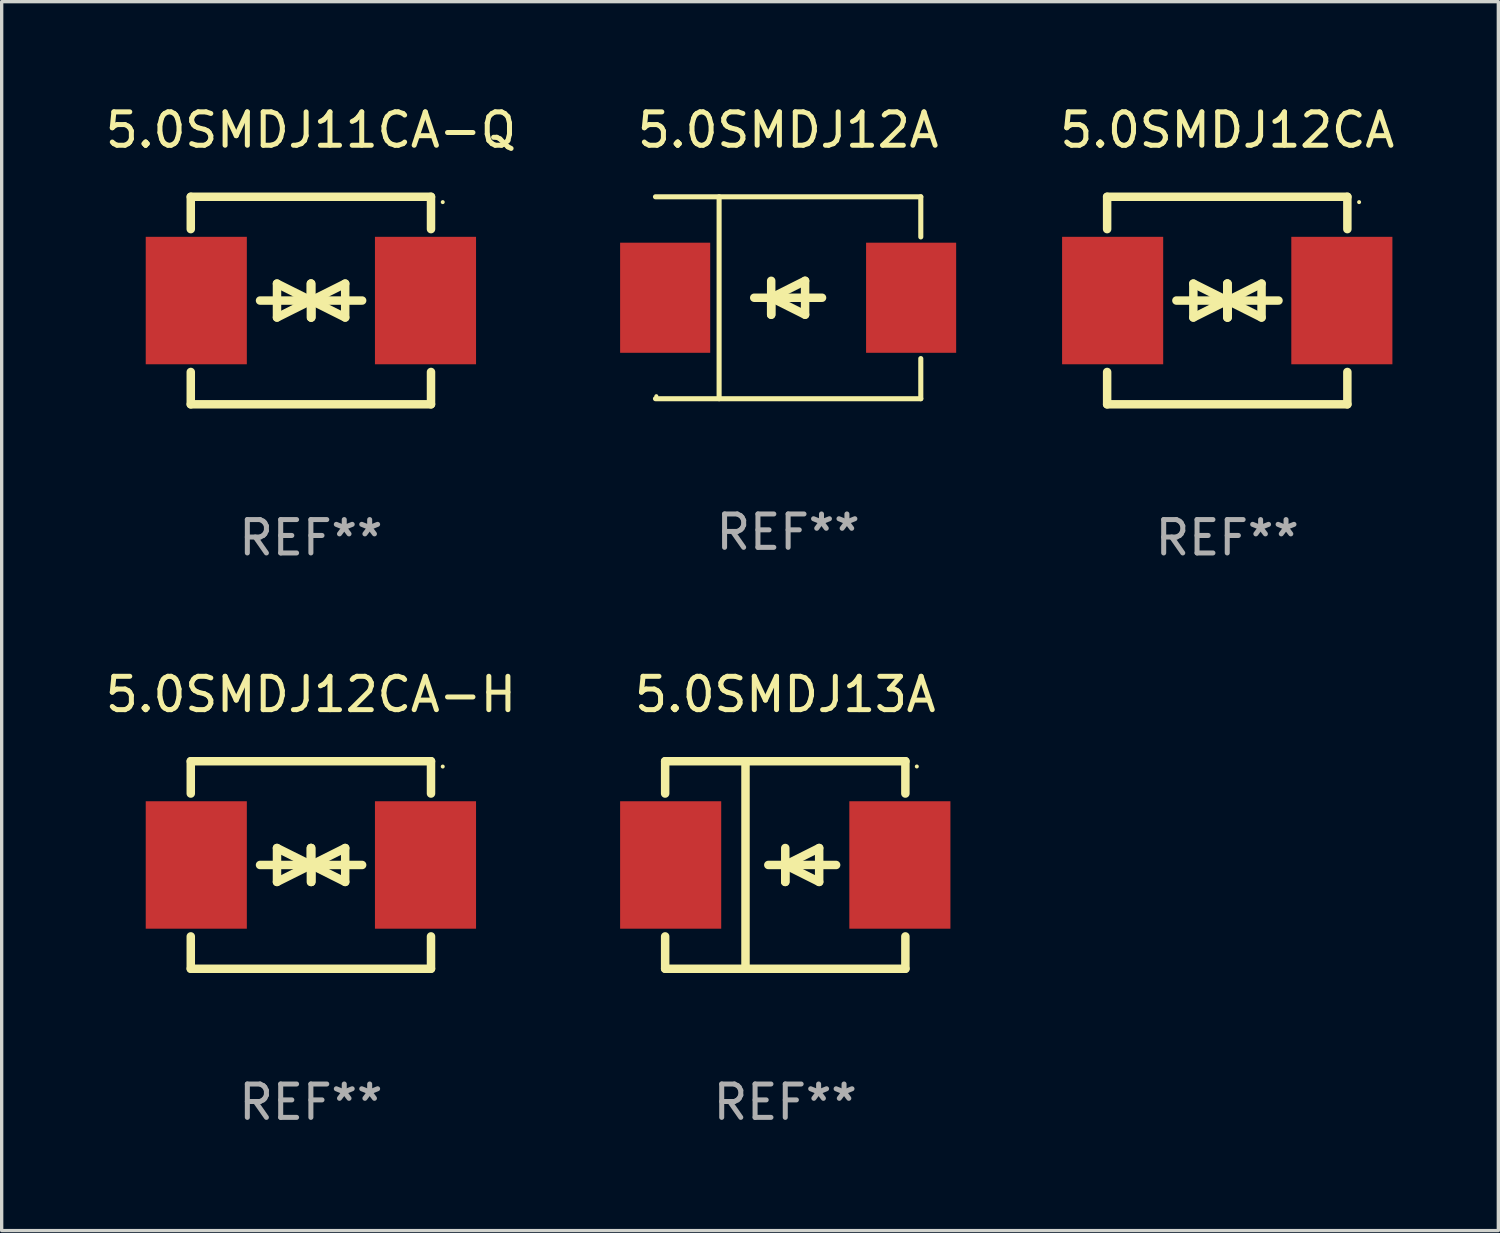
<source format=kicad_pcb>
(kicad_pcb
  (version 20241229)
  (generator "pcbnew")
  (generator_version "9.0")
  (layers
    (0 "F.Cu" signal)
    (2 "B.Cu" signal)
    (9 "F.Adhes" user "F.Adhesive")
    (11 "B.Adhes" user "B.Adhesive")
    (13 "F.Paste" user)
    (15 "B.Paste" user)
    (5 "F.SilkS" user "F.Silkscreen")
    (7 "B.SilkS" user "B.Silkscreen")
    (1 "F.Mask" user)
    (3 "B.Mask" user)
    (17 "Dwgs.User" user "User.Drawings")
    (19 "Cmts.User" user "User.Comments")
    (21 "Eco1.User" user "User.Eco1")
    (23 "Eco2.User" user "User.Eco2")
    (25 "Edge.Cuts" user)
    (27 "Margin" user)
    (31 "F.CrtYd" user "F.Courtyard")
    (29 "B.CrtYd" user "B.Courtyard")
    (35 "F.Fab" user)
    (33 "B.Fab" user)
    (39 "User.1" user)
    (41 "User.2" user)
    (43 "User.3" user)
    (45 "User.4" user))
  (footprint "5.0SMDJ13A"
    (layer "F.Cu")
    (at 20.486 22.875)
    (property "Reference" "5.0SMDJ13A" (at 0 -5.11 0) (layer "F.SilkS") (effects (font (size 1 1) (thickness 0.15))))
    (attr through_hole)
    (fp_line (start -3.6 -3.11) (end -3.6 -2.141) (stroke (width 0.254) (type solid)) (layer "F.SilkS"))
    (fp_line (start -3.6 -3.11) (end 3.6 -3.11) (stroke (width 0.254) (type solid)) (layer "F.SilkS"))
    (fp_line (start -3.6 2.141) (end -3.6 3.11) (stroke (width 0.254) (type solid)) (layer "F.SilkS"))
    (fp_line (start -3.6 3.11) (end 3.6 3.11) (stroke (width 0.254) (type solid)) (layer "F.SilkS"))
    (fp_line (start -1.192 -3.11) (end -1.192 3.11) (stroke (width 0.254) (type solid)) (layer "F.SilkS"))
    (fp_line (start 0 0) (end 0 0.508) (stroke (width 0.254) (type solid)) (layer "F.SilkS"))
    (fp_line (start 0 0) (end 1.016 0.508) (stroke (width 0.254) (type solid)) (layer "F.SilkS"))
    (fp_line (start 0 0.508) (end 0 -0.508) (stroke (width 0.254) (type solid)) (layer "F.SilkS"))
    (fp_line (start 1.016 -0.508) (end 0 0) (stroke (width 0.254) (type solid)) (layer "F.SilkS"))
    (fp_line (start 1.016 0.508) (end 1.016 -0.508) (stroke (width 0.254) (type solid)) (layer "F.SilkS"))
    (fp_line (start 1.524 0) (end -0.508 0) (stroke (width 0.254) (type solid)) (layer "F.SilkS"))
    (fp_line (start 3.6 -3.11) (end 3.6 -2.141) (stroke (width 0.254) (type solid)) (layer "F.SilkS"))
    (fp_line (start 3.6 2.141) (end 3.6 3.11) (stroke (width 0.254) (type solid)) (layer "F.SilkS"))
    (fp_circle (center 3.943 -2.952) (end 3.973 -2.952) (stroke (width 0.06) (type solid)) (fill no) (layer "F.SilkS"))
    (fp_text user "REF**" (at 0 7.11 0) (layer "F.Fab") (effects (font (size 1 1) (thickness 0.15))))
    (pad "1" smd rect (at 3.435 0 180) (size 3.03 3.82) (layers "F.Cu" "F.Mask" "F.Paste"))
    (pad "2" smd rect (at -3.435 0 180) (size 3.03 3.82) (layers "F.Cu" "F.Mask" "F.Paste")))
  (footprint "5.0SMDJ11CA-Q"
    (layer "F.Cu")
    (at 6.268 5.958)
    (property "Reference" "5.0SMDJ11CA-Q" (at 0 -5.11 0) (layer "F.SilkS") (effects (font (size 1 1) (thickness 0.15))))
    (attr through_hole)
    (fp_line (start -3.6 -2.141) (end -3.6 -3.11) (stroke (width 0.254) (type solid)) (layer "F.SilkS"))
    (fp_line (start -3.6 3.11) (end -3.6 2.141) (stroke (width 0.254) (type solid)) (layer "F.SilkS"))
    (fp_line (start -1.524 0) (end 0.508 0) (stroke (width 0.254) (type solid)) (layer "F.SilkS"))
    (fp_line (start -1.016 -0.508) (end -1.016 0.508) (stroke (width 0.254) (type solid)) (layer "F.SilkS"))
    (fp_line (start -1.016 0.508) (end 0 0) (stroke (width 0.254) (type solid)) (layer "F.SilkS"))
    (fp_line (start 0 -0.508) (end 0 0.508) (stroke (width 0.254) (type solid)) (layer "F.SilkS"))
    (fp_line (start 0 0) (end -1.016 -0.508) (stroke (width 0.254) (type solid)) (layer "F.SilkS"))
    (fp_line (start 0 0) (end 0 -0.508) (stroke (width 0.254) (type solid)) (layer "F.SilkS"))
    (fp_line (start 0.012 0) (end 0.012 0.508) (stroke (width 0.254) (type solid)) (layer "F.SilkS"))
    (fp_line (start 0.012 0) (end 1.028 0.508) (stroke (width 0.254) (type solid)) (layer "F.SilkS"))
    (fp_line (start 0.012 0.508) (end 0.012 -0.508) (stroke (width 0.254) (type solid)) (layer "F.SilkS"))
    (fp_line (start 1.028 -0.508) (end 0.012 0) (stroke (width 0.254) (type solid)) (layer "F.SilkS"))
    (fp_line (start 1.028 0.508) (end 1.028 -0.508) (stroke (width 0.254) (type solid)) (layer "F.SilkS"))
    (fp_line (start 1.536 0) (end -0.496 0) (stroke (width 0.254) (type solid)) (layer "F.SilkS"))
    (fp_line (start 3.6 -3.11) (end -3.6 -3.11) (stroke (width 0.254) (type solid)) (layer "F.SilkS"))
    (fp_line (start 3.6 -2.141) (end 3.6 -3.11) (stroke (width 0.254) (type solid)) (layer "F.SilkS"))
    (fp_line (start 3.6 3.11) (end -3.6 3.11) (stroke (width 0.254) (type solid)) (layer "F.SilkS"))
    (fp_line (start 3.6 3.11) (end 3.6 2.141) (stroke (width 0.254) (type solid)) (layer "F.SilkS"))
    (fp_circle (center 3.952 -2.95) (end 3.982 -2.95) (stroke (width 0.06) (type solid)) (fill no) (layer "F.SilkS"))
    (fp_text user "REF**" (at 0 7.11 0) (layer "F.Fab") (effects (font (size 1 1) (thickness 0.15))))
    (pad "1" smd rect (at 3.435 0) (size 3.03 3.82) (layers "F.Cu" "F.Mask" "F.Paste"))
    (pad "2" smd rect (at -3.435 0) (size 3.03 3.82) (layers "F.Cu" "F.Mask" "F.Paste")))
  (footprint "5.0SMDJ12CA-H"
    (layer "F.Cu")
    (at 6.268 22.875)
    (property "Reference" "5.0SMDJ12CA-H" (at 0 -5.11 0) (layer "F.SilkS") (effects (font (size 1 1) (thickness 0.15))))
    (attr through_hole)
    (fp_line (start -3.6 -2.141) (end -3.6 -3.11) (stroke (width 0.254) (type solid)) (layer "F.SilkS"))
    (fp_line (start -3.6 3.11) (end -3.6 2.141) (stroke (width 0.254) (type solid)) (layer "F.SilkS"))
    (fp_line (start -1.524 0) (end 0.508 0) (stroke (width 0.254) (type solid)) (layer "F.SilkS"))
    (fp_line (start -1.016 -0.508) (end -1.016 0.508) (stroke (width 0.254) (type solid)) (layer "F.SilkS"))
    (fp_line (start -1.016 0.508) (end 0 0) (stroke (width 0.254) (type solid)) (layer "F.SilkS"))
    (fp_line (start 0 -0.508) (end 0 0.508) (stroke (width 0.254) (type solid)) (layer "F.SilkS"))
    (fp_line (start 0 0) (end -1.016 -0.508) (stroke (width 0.254) (type solid)) (layer "F.SilkS"))
    (fp_line (start 0 0) (end 0 -0.508) (stroke (width 0.254) (type solid)) (layer "F.SilkS"))
    (fp_line (start 0.012 0) (end 0.012 0.508) (stroke (width 0.254) (type solid)) (layer "F.SilkS"))
    (fp_line (start 0.012 0) (end 1.028 0.508) (stroke (width 0.254) (type solid)) (layer "F.SilkS"))
    (fp_line (start 0.012 0.508) (end 0.012 -0.508) (stroke (width 0.254) (type solid)) (layer "F.SilkS"))
    (fp_line (start 1.028 -0.508) (end 0.012 0) (stroke (width 0.254) (type solid)) (layer "F.SilkS"))
    (fp_line (start 1.028 0.508) (end 1.028 -0.508) (stroke (width 0.254) (type solid)) (layer "F.SilkS"))
    (fp_line (start 1.536 0) (end -0.496 0) (stroke (width 0.254) (type solid)) (layer "F.SilkS"))
    (fp_line (start 3.6 -3.11) (end -3.6 -3.11) (stroke (width 0.254) (type solid)) (layer "F.SilkS"))
    (fp_line (start 3.6 -2.141) (end 3.6 -3.11) (stroke (width 0.254) (type solid)) (layer "F.SilkS"))
    (fp_line (start 3.6 3.11) (end -3.6 3.11) (stroke (width 0.254) (type solid)) (layer "F.SilkS"))
    (fp_line (start 3.6 3.11) (end 3.6 2.141) (stroke (width 0.254) (type solid)) (layer "F.SilkS"))
    (fp_circle (center 3.952 -2.95) (end 3.982 -2.95) (stroke (width 0.06) (type solid)) (fill no) (layer "F.SilkS"))
    (fp_text user "REF**" (at 0 7.11 0) (layer "F.Fab") (effects (font (size 1 1) (thickness 0.15))))
    (pad "1" smd rect (at 3.435 0) (size 3.03 3.82) (layers "F.Cu" "F.Mask" "F.Paste"))
    (pad "2" smd rect (at -3.435 0) (size 3.03 3.82) (layers "F.Cu" "F.Mask" "F.Paste")))
  (footprint "5.0SMDJ12CA"
    (layer "F.Cu")
    (at 33.733 5.958)
    (property "Reference" "5.0SMDJ12CA" (at 0 -5.11 0) (layer "F.SilkS") (effects (font (size 1 1) (thickness 0.15))))
    (attr through_hole)
    (fp_line (start -3.6 -2.141) (end -3.6 -3.11) (stroke (width 0.254) (type solid)) (layer "F.SilkS"))
    (fp_line (start -3.6 3.11) (end -3.6 2.141) (stroke (width 0.254) (type solid)) (layer "F.SilkS"))
    (fp_line (start -1.524 0) (end 0.508 0) (stroke (width 0.254) (type solid)) (layer "F.SilkS"))
    (fp_line (start -1.016 -0.508) (end -1.016 0.508) (stroke (width 0.254) (type solid)) (layer "F.SilkS"))
    (fp_line (start -1.016 0.508) (end 0 0) (stroke (width 0.254) (type solid)) (layer "F.SilkS"))
    (fp_line (start 0 -0.508) (end 0 0.508) (stroke (width 0.254) (type solid)) (layer "F.SilkS"))
    (fp_line (start 0 0) (end -1.016 -0.508) (stroke (width 0.254) (type solid)) (layer "F.SilkS"))
    (fp_line (start 0 0) (end 0 -0.508) (stroke (width 0.254) (type solid)) (layer "F.SilkS"))
    (fp_line (start 0.012 0) (end 0.012 0.508) (stroke (width 0.254) (type solid)) (layer "F.SilkS"))
    (fp_line (start 0.012 0) (end 1.028 0.508) (stroke (width 0.254) (type solid)) (layer "F.SilkS"))
    (fp_line (start 0.012 0.508) (end 0.012 -0.508) (stroke (width 0.254) (type solid)) (layer "F.SilkS"))
    (fp_line (start 1.028 -0.508) (end 0.012 0) (stroke (width 0.254) (type solid)) (layer "F.SilkS"))
    (fp_line (start 1.028 0.508) (end 1.028 -0.508) (stroke (width 0.254) (type solid)) (layer "F.SilkS"))
    (fp_line (start 1.536 0) (end -0.496 0) (stroke (width 0.254) (type solid)) (layer "F.SilkS"))
    (fp_line (start 3.6 -3.11) (end -3.6 -3.11) (stroke (width 0.254) (type solid)) (layer "F.SilkS"))
    (fp_line (start 3.6 -2.141) (end 3.6 -3.11) (stroke (width 0.254) (type solid)) (layer "F.SilkS"))
    (fp_line (start 3.6 3.11) (end -3.6 3.11) (stroke (width 0.254) (type solid)) (layer "F.SilkS"))
    (fp_line (start 3.6 3.11) (end 3.6 2.141) (stroke (width 0.254) (type solid)) (layer "F.SilkS"))
    (fp_circle (center 3.952 -2.95) (end 3.982 -2.95) (stroke (width 0.06) (type solid)) (fill no) (layer "F.SilkS"))
    (fp_text user "REF**" (at 0 7.11 0) (layer "F.Fab") (effects (font (size 1 1) (thickness 0.15))))
    (pad "1" smd rect (at 3.435 0) (size 3.03 3.82) (layers "F.Cu" "F.Mask" "F.Paste"))
    (pad "2" smd rect (at -3.435 0) (size 3.03 3.82) (layers "F.Cu" "F.Mask" "F.Paste")))
  (footprint "5.0SMDJ12A"
    (layer "F.Cu")
    (at 20.572 5.874)
    (property "Reference" "5.0SMDJ12A" (at 0 -5.026 0) (layer "F.SilkS") (effects (font (size 1 1) (thickness 0.15))))
    (attr through_hole)
    (fp_line (start -3.976 -3.026) (end 3.976 -3.026) (stroke (width 0.152) (type solid)) (layer "F.SilkS"))
    (fp_line (start -3.976 3.026) (end 3.976 3.026) (stroke (width 0.152) (type solid)) (layer "F.SilkS"))
    (fp_line (start -2.069 -3.026) (end -2.069 3.026) (stroke (width 0.152) (type solid)) (layer "F.SilkS"))
    (fp_line (start -0.508 0) (end -0.508 0.508) (stroke (width 0.254) (type solid)) (layer "F.SilkS"))
    (fp_line (start -0.508 0) (end 0.508 0.508) (stroke (width 0.254) (type solid)) (layer "F.SilkS"))
    (fp_line (start -0.508 0.508) (end -0.508 -0.508) (stroke (width 0.254) (type solid)) (layer "F.SilkS"))
    (fp_line (start 0.508 -0.508) (end -0.508 0) (stroke (width 0.254) (type solid)) (layer "F.SilkS"))
    (fp_line (start 0.508 0.508) (end 0.508 -0.508) (stroke (width 0.254) (type solid)) (layer "F.SilkS"))
    (fp_line (start 1.016 0) (end -1.016 0) (stroke (width 0.254) (type solid)) (layer "F.SilkS"))
    (fp_line (start 3.976 -3.026) (end 3.976 -1.823) (stroke (width 0.152) (type solid)) (layer "F.SilkS"))
    (fp_line (start 3.976 3.026) (end 3.976 1.823) (stroke (width 0.152) (type solid)) (layer "F.SilkS"))
    (fp_circle (center -3.95 2.95) (end -3.92 2.95) (stroke (width 0.06) (type solid)) (fill no) (layer "F.SilkS"))
    (fp_text user "REF**" (at 0 7.026 0) (layer "F.Fab") (effects (font (size 1 1) (thickness 0.15))))
    (pad "1" smd rect (at -3.686 0) (size 2.7 3.3) (layers "F.Cu" "F.Mask" "F.Paste"))
    (pad "2" smd rect (at 3.686 0) (size 2.7 3.3) (layers "F.Cu" "F.Mask" "F.Paste")))
  (gr_rect
    (start -3 -3)
    (end 41.858 33.833)
    (stroke (width 0.1) (type default))
    (fill no)
    (layer "Edge.Cuts")))
</source>
